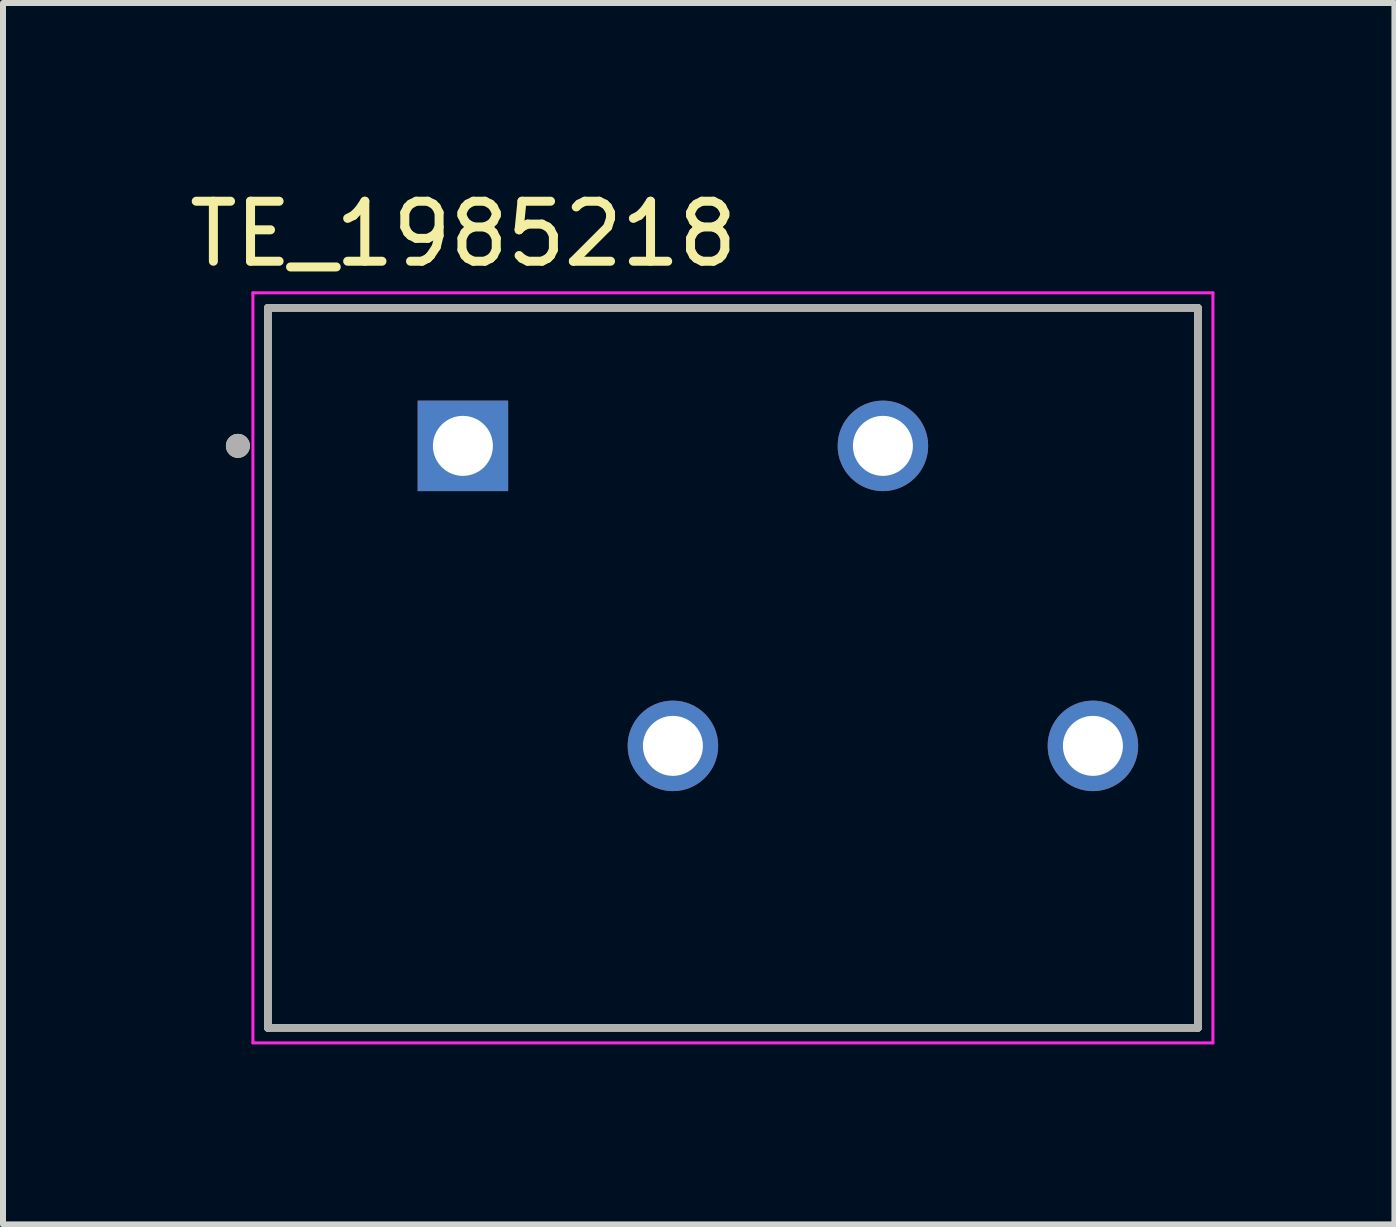
<source format=kicad_pcb>
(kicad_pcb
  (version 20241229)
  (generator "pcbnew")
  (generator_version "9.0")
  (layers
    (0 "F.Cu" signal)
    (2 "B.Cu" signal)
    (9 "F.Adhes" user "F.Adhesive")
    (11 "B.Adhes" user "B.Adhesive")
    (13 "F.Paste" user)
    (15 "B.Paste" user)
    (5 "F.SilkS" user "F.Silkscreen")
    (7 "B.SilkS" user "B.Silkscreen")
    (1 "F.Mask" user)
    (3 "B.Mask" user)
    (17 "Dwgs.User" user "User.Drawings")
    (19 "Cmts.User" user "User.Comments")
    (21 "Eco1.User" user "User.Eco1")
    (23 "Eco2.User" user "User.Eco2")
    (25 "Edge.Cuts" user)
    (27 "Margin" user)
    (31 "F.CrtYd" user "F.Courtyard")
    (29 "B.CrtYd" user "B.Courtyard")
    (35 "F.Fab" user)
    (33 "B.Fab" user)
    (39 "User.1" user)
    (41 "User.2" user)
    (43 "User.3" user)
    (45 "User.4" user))
  (footprint "TE_1985218"
    (layer "F.Cu")
    (at 9.165 8.081)
    (property "Reference" "TE_1985218" (at -4.492 -7.232 0) (layer "F.SilkS") (effects (font (size 1 1) (thickness 0.15))))
    (attr through_hole)
    (fp_line (start -7.75 -6) (end 7.75 -6) (stroke (width 0.127) (type solid)) (layer "F.SilkS"))
    (fp_line (start -7.75 6) (end -7.75 -6) (stroke (width 0.127) (type solid)) (layer "F.SilkS"))
    (fp_line (start 7.75 -6) (end 7.75 6) (stroke (width 0.127) (type solid)) (layer "F.SilkS"))
    (fp_line (start 7.75 6) (end -7.75 6) (stroke (width 0.127) (type solid)) (layer "F.SilkS"))
    (fp_circle (center -8.25 -3.7) (end -8.15 -3.7) (stroke (width 0.2) (type solid)) (fill no) (layer "F.SilkS"))
    (fp_line (start -8 -6.25) (end 8 -6.25) (stroke (width 0.05) (type solid)) (layer "F.CrtYd"))
    (fp_line (start -8 6.25) (end -8 -6.25) (stroke (width 0.05) (type solid)) (layer "F.CrtYd"))
    (fp_line (start 8 -6.25) (end 8 6.25) (stroke (width 0.05) (type solid)) (layer "F.CrtYd"))
    (fp_line (start 8 6.25) (end -8 6.25) (stroke (width 0.05) (type solid)) (layer "F.CrtYd"))
    (fp_line (start -7.75 -6) (end 7.75 -6) (stroke (width 0.127) (type solid)) (layer "F.Fab"))
    (fp_line (start -7.75 6) (end -7.75 -6) (stroke (width 0.127) (type solid)) (layer "F.Fab"))
    (fp_line (start 7.75 -6) (end 7.75 6) (stroke (width 0.127) (type solid)) (layer "F.Fab"))
    (fp_line (start 7.75 6) (end -7.75 6) (stroke (width 0.127) (type solid)) (layer "F.Fab"))
    (fp_circle (center -8.25 -3.7) (end -8.15 -3.7) (stroke (width 0.2) (type solid)) (fill no) (layer "F.Fab"))
    (pad "1" thru_hole rect (at -4.5 -3.7) (size 1.508 1.508) (drill 1) (layers "*.Cu" "*.Mask"))
    (pad "2" thru_hole circle (at -1 1.3) (size 1.508 1.508) (drill 1) (layers "*.Cu" "*.Mask"))
    (pad "3" thru_hole circle (at 2.5 -3.7) (size 1.508 1.508) (drill 1) (layers "*.Cu" "*.Mask"))
    (pad "4" thru_hole circle (at 6 1.3) (size 1.508 1.508) (drill 1) (layers "*.Cu" "*.Mask")))
  (gr_rect
    (start -3 -3)
    (end 20.19 17.356)
    (stroke (width 0.1) (type default))
    (fill no)
    (layer "Edge.Cuts")))
</source>
